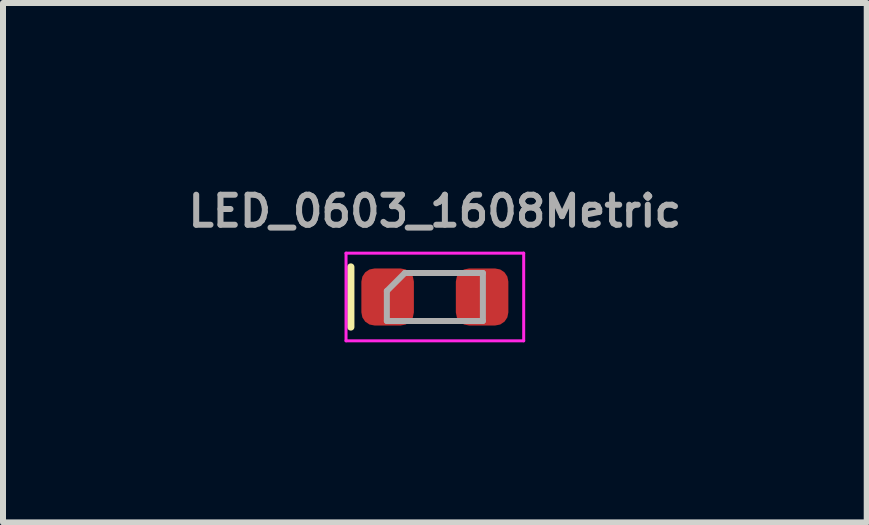
<source format=kicad_pcb>
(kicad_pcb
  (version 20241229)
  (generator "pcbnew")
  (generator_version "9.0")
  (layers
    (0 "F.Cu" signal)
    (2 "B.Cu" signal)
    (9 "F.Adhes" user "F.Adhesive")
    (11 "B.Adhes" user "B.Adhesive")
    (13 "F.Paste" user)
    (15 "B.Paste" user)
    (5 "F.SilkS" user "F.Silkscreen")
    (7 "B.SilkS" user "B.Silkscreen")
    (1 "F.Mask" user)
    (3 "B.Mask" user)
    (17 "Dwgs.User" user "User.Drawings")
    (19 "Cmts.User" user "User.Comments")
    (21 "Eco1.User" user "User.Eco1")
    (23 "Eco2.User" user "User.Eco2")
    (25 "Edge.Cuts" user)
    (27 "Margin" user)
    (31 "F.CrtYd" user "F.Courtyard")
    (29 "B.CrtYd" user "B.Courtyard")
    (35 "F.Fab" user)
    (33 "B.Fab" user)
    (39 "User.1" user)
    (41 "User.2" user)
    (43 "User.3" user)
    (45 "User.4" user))
  (footprint "LED_0603_1608Metric"
    (layer "F.Cu")
    (at 4.195 1.898)
    (property "Reference" "LED_0603_1608Metric" (at 0 -1.43 0) (layer "F.Fab") (effects (font (size 0.5 0.5) (thickness 0.1))))
    (attr smd)
    (fp_line (start -1.4 -0.5) (end -1.4 0.5) (stroke (width 0.12) (type solid)) (layer "F.SilkS"))
    (fp_line (start -1.48 -0.73) (end 1.48 -0.73) (stroke (width 0.05) (type solid)) (layer "F.CrtYd"))
    (fp_line (start -1.48 0.73) (end -1.48 -0.73) (stroke (width 0.05) (type solid)) (layer "F.CrtYd"))
    (fp_line (start 1.48 -0.73) (end 1.48 0.73) (stroke (width 0.05) (type solid)) (layer "F.CrtYd"))
    (fp_line (start 1.48 0.73) (end -1.48 0.73) (stroke (width 0.05) (type solid)) (layer "F.CrtYd"))
    (fp_line (start -0.8 -0.1) (end -0.8 0.4) (stroke (width 0.1) (type solid)) (layer "F.Fab"))
    (fp_line (start -0.8 0.4) (end 0.8 0.4) (stroke (width 0.1) (type solid)) (layer "F.Fab"))
    (fp_line (start -0.5 -0.4) (end -0.8 -0.1) (stroke (width 0.1) (type solid)) (layer "F.Fab"))
    (fp_line (start 0.8 -0.4) (end -0.5 -0.4) (stroke (width 0.1) (type solid)) (layer "F.Fab"))
    (fp_line (start 0.8 0.4) (end 0.8 -0.4) (stroke (width 0.1) (type solid)) (layer "F.Fab"))
    (pad "1" smd roundrect (at -0.787 0) (size 0.875 0.95) (layers "F.Cu" "F.Mask" "F.Paste") (roundrect_rratio 0.25))
    (pad "2" smd roundrect (at 0.787 0) (size 0.875 0.95) (layers "F.Cu" "F.Mask" "F.Paste") (roundrect_rratio 0.25)))
  (gr_rect
    (start -3 -3)
    (end 11.39 5.653)
    (stroke (width 0.1) (type default))
    (fill no)
    (layer "Edge.Cuts")))
</source>
